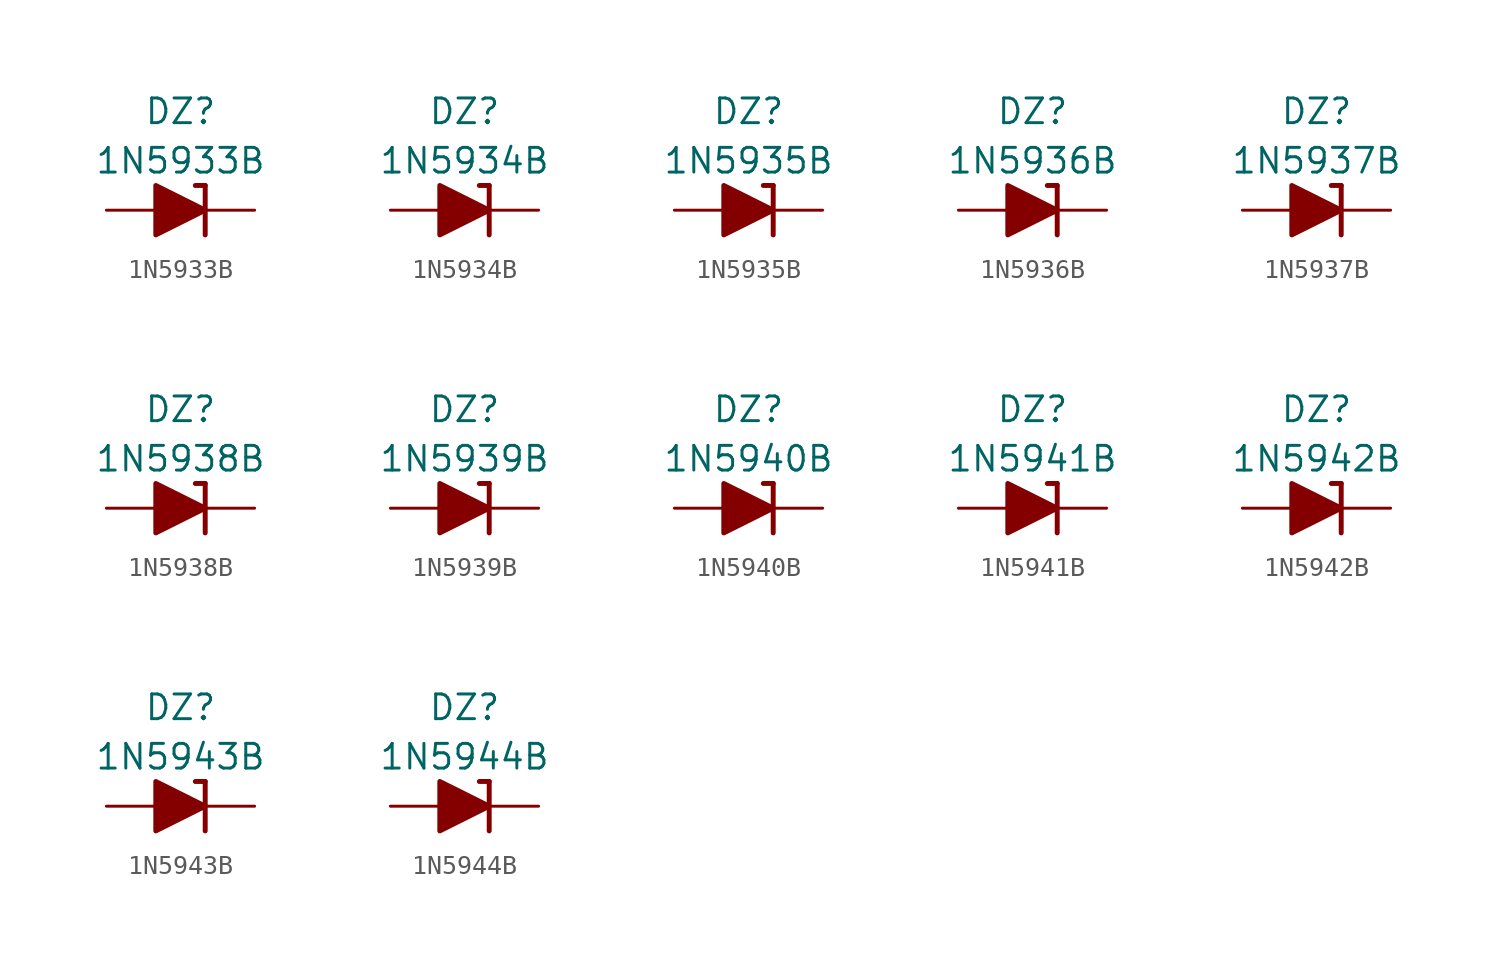
<source format=kicad_sym>
(kicad_symbol_lib
  (version 20201005)
  (generator kicad_symbol_editor)
  (symbol "Diode_Zener_AKL:1N5933B"
    (pin_numbers hide)
    (pin_names
      (offset 1.016) hide)
    (property "Reference" "DZ"
      (at 0 5.08 0)
      (effects (font (size 1.27 1.27))))
    (property "Value" "1N5933B"
      (at 0 2.54 0)
      (effects (font (size 1.27 1.27))))
    (symbol "1N5933B_0_1"
      (polyline (pts (xy -1.27 0) (xy 1.27 0)) (stroke (width 0)) (fill (type none)))
      (polyline (pts (xy 1.27 1.27) (xy 0.762 1.27)) (stroke (width 0.254)) (fill (type none)))
      (polyline (pts (xy 1.27 1.27) (xy 1.27 -1.27)) (stroke (width 0.254)) (fill (type none)))
      (polyline (pts (xy -1.27 -1.27) (xy -1.27 1.27) (xy 1.27 0) (xy -1.27 -1.27)) (stroke (width 0.254)) (fill (type outline))))
    (symbol "1N5933B_1_1"
      (pin passive line (at 3.81 0 180) (length 2.54) (name "K" (effects (font (size 1.27 1.27)))) (number "1" (effects (font (size 1.27 1.27)))))
      (pin passive line (at -3.81 0 0) (length 2.54) (name "A" (effects (font (size 1.27 1.27)))) (number "2" (effects (font (size 1.27 1.27)))))))
  (symbol "Diode_Zener_AKL:1N5934B"
    (pin_numbers hide)
    (pin_names
      (offset 1.016) hide)
    (property "Reference" "DZ"
      (at 0 5.08 0)
      (effects (font (size 1.27 1.27))))
    (property "Value" "1N5934B"
      (at 0 2.54 0)
      (effects (font (size 1.27 1.27))))
    (symbol "1N5934B_0_1"
      (polyline (pts (xy -1.27 0) (xy 1.27 0)) (stroke (width 0)) (fill (type none)))
      (polyline (pts (xy 1.27 1.27) (xy 0.762 1.27)) (stroke (width 0.254)) (fill (type none)))
      (polyline (pts (xy 1.27 1.27) (xy 1.27 -1.27)) (stroke (width 0.254)) (fill (type none)))
      (polyline (pts (xy -1.27 -1.27) (xy -1.27 1.27) (xy 1.27 0) (xy -1.27 -1.27)) (stroke (width 0.254)) (fill (type outline))))
    (symbol "1N5934B_1_1"
      (pin passive line (at 3.81 0 180) (length 2.54) (name "K" (effects (font (size 1.27 1.27)))) (number "1" (effects (font (size 1.27 1.27)))))
      (pin passive line (at -3.81 0 0) (length 2.54) (name "A" (effects (font (size 1.27 1.27)))) (number "2" (effects (font (size 1.27 1.27)))))))
  (symbol "Diode_Zener_AKL:1N5935B"
    (pin_numbers hide)
    (pin_names
      (offset 1.016) hide)
    (property "Reference" "DZ"
      (at 0 5.08 0)
      (effects (font (size 1.27 1.27))))
    (property "Value" "1N5935B"
      (at 0 2.54 0)
      (effects (font (size 1.27 1.27))))
    (symbol "1N5935B_0_1"
      (polyline (pts (xy -1.27 0) (xy 1.27 0)) (stroke (width 0)) (fill (type none)))
      (polyline (pts (xy 1.27 1.27) (xy 0.762 1.27)) (stroke (width 0.254)) (fill (type none)))
      (polyline (pts (xy 1.27 1.27) (xy 1.27 -1.27)) (stroke (width 0.254)) (fill (type none)))
      (polyline (pts (xy -1.27 -1.27) (xy -1.27 1.27) (xy 1.27 0) (xy -1.27 -1.27)) (stroke (width 0.254)) (fill (type outline))))
    (symbol "1N5935B_1_1"
      (pin passive line (at 3.81 0 180) (length 2.54) (name "K" (effects (font (size 1.27 1.27)))) (number "1" (effects (font (size 1.27 1.27)))))
      (pin passive line (at -3.81 0 0) (length 2.54) (name "A" (effects (font (size 1.27 1.27)))) (number "2" (effects (font (size 1.27 1.27)))))))
  (symbol "Diode_Zener_AKL:1N5936B"
    (pin_numbers hide)
    (pin_names
      (offset 1.016) hide)
    (property "Reference" "DZ"
      (at 0 5.08 0)
      (effects (font (size 1.27 1.27))))
    (property "Value" "1N5936B"
      (at 0 2.54 0)
      (effects (font (size 1.27 1.27))))
    (symbol "1N5936B_0_1"
      (polyline (pts (xy -1.27 0) (xy 1.27 0)) (stroke (width 0)) (fill (type none)))
      (polyline (pts (xy 1.27 1.27) (xy 0.762 1.27)) (stroke (width 0.254)) (fill (type none)))
      (polyline (pts (xy 1.27 1.27) (xy 1.27 -1.27)) (stroke (width 0.254)) (fill (type none)))
      (polyline (pts (xy -1.27 -1.27) (xy -1.27 1.27) (xy 1.27 0) (xy -1.27 -1.27)) (stroke (width 0.254)) (fill (type outline))))
    (symbol "1N5936B_1_1"
      (pin passive line (at 3.81 0 180) (length 2.54) (name "K" (effects (font (size 1.27 1.27)))) (number "1" (effects (font (size 1.27 1.27)))))
      (pin passive line (at -3.81 0 0) (length 2.54) (name "A" (effects (font (size 1.27 1.27)))) (number "2" (effects (font (size 1.27 1.27)))))))
  (symbol "Diode_Zener_AKL:1N5937B"
    (pin_numbers hide)
    (pin_names
      (offset 1.016) hide)
    (property "Reference" "DZ"
      (at 0 5.08 0)
      (effects (font (size 1.27 1.27))))
    (property "Value" "1N5937B"
      (at 0 2.54 0)
      (effects (font (size 1.27 1.27))))
    (symbol "1N5937B_0_1"
      (polyline (pts (xy -1.27 0) (xy 1.27 0)) (stroke (width 0)) (fill (type none)))
      (polyline (pts (xy 1.27 1.27) (xy 0.762 1.27)) (stroke (width 0.254)) (fill (type none)))
      (polyline (pts (xy 1.27 1.27) (xy 1.27 -1.27)) (stroke (width 0.254)) (fill (type none)))
      (polyline (pts (xy -1.27 -1.27) (xy -1.27 1.27) (xy 1.27 0) (xy -1.27 -1.27)) (stroke (width 0.254)) (fill (type outline))))
    (symbol "1N5937B_1_1"
      (pin passive line (at 3.81 0 180) (length 2.54) (name "K" (effects (font (size 1.27 1.27)))) (number "1" (effects (font (size 1.27 1.27)))))
      (pin passive line (at -3.81 0 0) (length 2.54) (name "A" (effects (font (size 1.27 1.27)))) (number "2" (effects (font (size 1.27 1.27)))))))
  (symbol "Diode_Zener_AKL:1N5938B"
    (pin_numbers hide)
    (pin_names
      (offset 1.016) hide)
    (property "Reference" "DZ"
      (at 0 5.08 0)
      (effects (font (size 1.27 1.27))))
    (property "Value" "1N5938B"
      (at 0 2.54 0)
      (effects (font (size 1.27 1.27))))
    (symbol "1N5938B_0_1"
      (polyline (pts (xy -1.27 0) (xy 1.27 0)) (stroke (width 0)) (fill (type none)))
      (polyline (pts (xy 1.27 1.27) (xy 0.762 1.27)) (stroke (width 0.254)) (fill (type none)))
      (polyline (pts (xy 1.27 1.27) (xy 1.27 -1.27)) (stroke (width 0.254)) (fill (type none)))
      (polyline (pts (xy -1.27 -1.27) (xy -1.27 1.27) (xy 1.27 0) (xy -1.27 -1.27)) (stroke (width 0.254)) (fill (type outline))))
    (symbol "1N5938B_1_1"
      (pin passive line (at 3.81 0 180) (length 2.54) (name "K" (effects (font (size 1.27 1.27)))) (number "1" (effects (font (size 1.27 1.27)))))
      (pin passive line (at -3.81 0 0) (length 2.54) (name "A" (effects (font (size 1.27 1.27)))) (number "2" (effects (font (size 1.27 1.27)))))))
  (symbol "Diode_Zener_AKL:1N5939B"
    (pin_numbers hide)
    (pin_names
      (offset 1.016) hide)
    (property "Reference" "DZ"
      (at 0 5.08 0)
      (effects (font (size 1.27 1.27))))
    (property "Value" "1N5939B"
      (at 0 2.54 0)
      (effects (font (size 1.27 1.27))))
    (symbol "1N5939B_0_1"
      (polyline (pts (xy -1.27 0) (xy 1.27 0)) (stroke (width 0)) (fill (type none)))
      (polyline (pts (xy 1.27 1.27) (xy 0.762 1.27)) (stroke (width 0.254)) (fill (type none)))
      (polyline (pts (xy 1.27 1.27) (xy 1.27 -1.27)) (stroke (width 0.254)) (fill (type none)))
      (polyline (pts (xy -1.27 -1.27) (xy -1.27 1.27) (xy 1.27 0) (xy -1.27 -1.27)) (stroke (width 0.254)) (fill (type outline))))
    (symbol "1N5939B_1_1"
      (pin passive line (at 3.81 0 180) (length 2.54) (name "K" (effects (font (size 1.27 1.27)))) (number "1" (effects (font (size 1.27 1.27)))))
      (pin passive line (at -3.81 0 0) (length 2.54) (name "A" (effects (font (size 1.27 1.27)))) (number "2" (effects (font (size 1.27 1.27)))))))
  (symbol "Diode_Zener_AKL:1N5940B"
    (pin_numbers hide)
    (pin_names
      (offset 1.016) hide)
    (property "Reference" "DZ"
      (at 0 5.08 0)
      (effects (font (size 1.27 1.27))))
    (property "Value" "1N5940B"
      (at 0 2.54 0)
      (effects (font (size 1.27 1.27))))
    (symbol "1N5940B_0_1"
      (polyline (pts (xy -1.27 0) (xy 1.27 0)) (stroke (width 0)) (fill (type none)))
      (polyline (pts (xy 1.27 1.27) (xy 0.762 1.27)) (stroke (width 0.254)) (fill (type none)))
      (polyline (pts (xy 1.27 1.27) (xy 1.27 -1.27)) (stroke (width 0.254)) (fill (type none)))
      (polyline (pts (xy -1.27 -1.27) (xy -1.27 1.27) (xy 1.27 0) (xy -1.27 -1.27)) (stroke (width 0.254)) (fill (type outline))))
    (symbol "1N5940B_1_1"
      (pin passive line (at 3.81 0 180) (length 2.54) (name "K" (effects (font (size 1.27 1.27)))) (number "1" (effects (font (size 1.27 1.27)))))
      (pin passive line (at -3.81 0 0) (length 2.54) (name "A" (effects (font (size 1.27 1.27)))) (number "2" (effects (font (size 1.27 1.27)))))))
  (symbol "Diode_Zener_AKL:1N5941B"
    (pin_numbers hide)
    (pin_names
      (offset 1.016) hide)
    (property "Reference" "DZ"
      (at 0 5.08 0)
      (effects (font (size 1.27 1.27))))
    (property "Value" "1N5941B"
      (at 0 2.54 0)
      (effects (font (size 1.27 1.27))))
    (symbol "1N5941B_0_1"
      (polyline (pts (xy -1.27 0) (xy 1.27 0)) (stroke (width 0)) (fill (type none)))
      (polyline (pts (xy 1.27 1.27) (xy 0.762 1.27)) (stroke (width 0.254)) (fill (type none)))
      (polyline (pts (xy 1.27 1.27) (xy 1.27 -1.27)) (stroke (width 0.254)) (fill (type none)))
      (polyline (pts (xy -1.27 -1.27) (xy -1.27 1.27) (xy 1.27 0) (xy -1.27 -1.27)) (stroke (width 0.254)) (fill (type outline))))
    (symbol "1N5941B_1_1"
      (pin passive line (at 3.81 0 180) (length 2.54) (name "K" (effects (font (size 1.27 1.27)))) (number "1" (effects (font (size 1.27 1.27)))))
      (pin passive line (at -3.81 0 0) (length 2.54) (name "A" (effects (font (size 1.27 1.27)))) (number "2" (effects (font (size 1.27 1.27)))))))
  (symbol "Diode_Zener_AKL:1N5942B"
    (pin_numbers hide)
    (pin_names
      (offset 1.016) hide)
    (property "Reference" "DZ"
      (at 0 5.08 0)
      (effects (font (size 1.27 1.27))))
    (property "Value" "1N5942B"
      (at 0 2.54 0)
      (effects (font (size 1.27 1.27))))
    (symbol "1N5942B_0_1"
      (polyline (pts (xy -1.27 0) (xy 1.27 0)) (stroke (width 0)) (fill (type none)))
      (polyline (pts (xy 1.27 1.27) (xy 0.762 1.27)) (stroke (width 0.254)) (fill (type none)))
      (polyline (pts (xy 1.27 1.27) (xy 1.27 -1.27)) (stroke (width 0.254)) (fill (type none)))
      (polyline (pts (xy -1.27 -1.27) (xy -1.27 1.27) (xy 1.27 0) (xy -1.27 -1.27)) (stroke (width 0.254)) (fill (type outline))))
    (symbol "1N5942B_1_1"
      (pin passive line (at 3.81 0 180) (length 2.54) (name "K" (effects (font (size 1.27 1.27)))) (number "1" (effects (font (size 1.27 1.27)))))
      (pin passive line (at -3.81 0 0) (length 2.54) (name "A" (effects (font (size 1.27 1.27)))) (number "2" (effects (font (size 1.27 1.27)))))))
  (symbol "Diode_Zener_AKL:1N5943B"
    (pin_numbers hide)
    (pin_names
      (offset 1.016) hide)
    (property "Reference" "DZ"
      (at 0 5.08 0)
      (effects (font (size 1.27 1.27))))
    (property "Value" "1N5943B"
      (at 0 2.54 0)
      (effects (font (size 1.27 1.27))))
    (symbol "1N5943B_0_1"
      (polyline (pts (xy -1.27 0) (xy 1.27 0)) (stroke (width 0)) (fill (type none)))
      (polyline (pts (xy 1.27 1.27) (xy 0.762 1.27)) (stroke (width 0.254)) (fill (type none)))
      (polyline (pts (xy 1.27 1.27) (xy 1.27 -1.27)) (stroke (width 0.254)) (fill (type none)))
      (polyline (pts (xy -1.27 -1.27) (xy -1.27 1.27) (xy 1.27 0) (xy -1.27 -1.27)) (stroke (width 0.254)) (fill (type outline))))
    (symbol "1N5943B_1_1"
      (pin passive line (at 3.81 0 180) (length 2.54) (name "K" (effects (font (size 1.27 1.27)))) (number "1" (effects (font (size 1.27 1.27)))))
      (pin passive line (at -3.81 0 0) (length 2.54) (name "A" (effects (font (size 1.27 1.27)))) (number "2" (effects (font (size 1.27 1.27)))))))
  (symbol "Diode_Zener_AKL:1N5944B"
    (pin_numbers hide)
    (pin_names
      (offset 1.016) hide)
    (property "Reference" "DZ"
      (at 0 5.08 0)
      (effects (font (size 1.27 1.27))))
    (property "Value" "1N5944B"
      (at 0 2.54 0)
      (effects (font (size 1.27 1.27))))
    (symbol "1N5944B_0_1"
      (polyline (pts (xy -1.27 0) (xy 1.27 0)) (stroke (width 0)) (fill (type none)))
      (polyline (pts (xy 1.27 1.27) (xy 0.762 1.27)) (stroke (width 0.254)) (fill (type none)))
      (polyline (pts (xy 1.27 1.27) (xy 1.27 -1.27)) (stroke (width 0.254)) (fill (type none)))
      (polyline (pts (xy -1.27 -1.27) (xy -1.27 1.27) (xy 1.27 0) (xy -1.27 -1.27)) (stroke (width 0.254)) (fill (type outline))))
    (symbol "1N5944B_1_1"
      (pin passive line (at 3.81 0 180) (length 2.54) (name "K" (effects (font (size 1.27 1.27)))) (number "1" (effects (font (size 1.27 1.27)))))
      (pin passive line (at -3.81 0 0) (length 2.54) (name "A" (effects (font (size 1.27 1.27)))) (number "2" (effects (font (size 1.27 1.27))))))))
</source>
